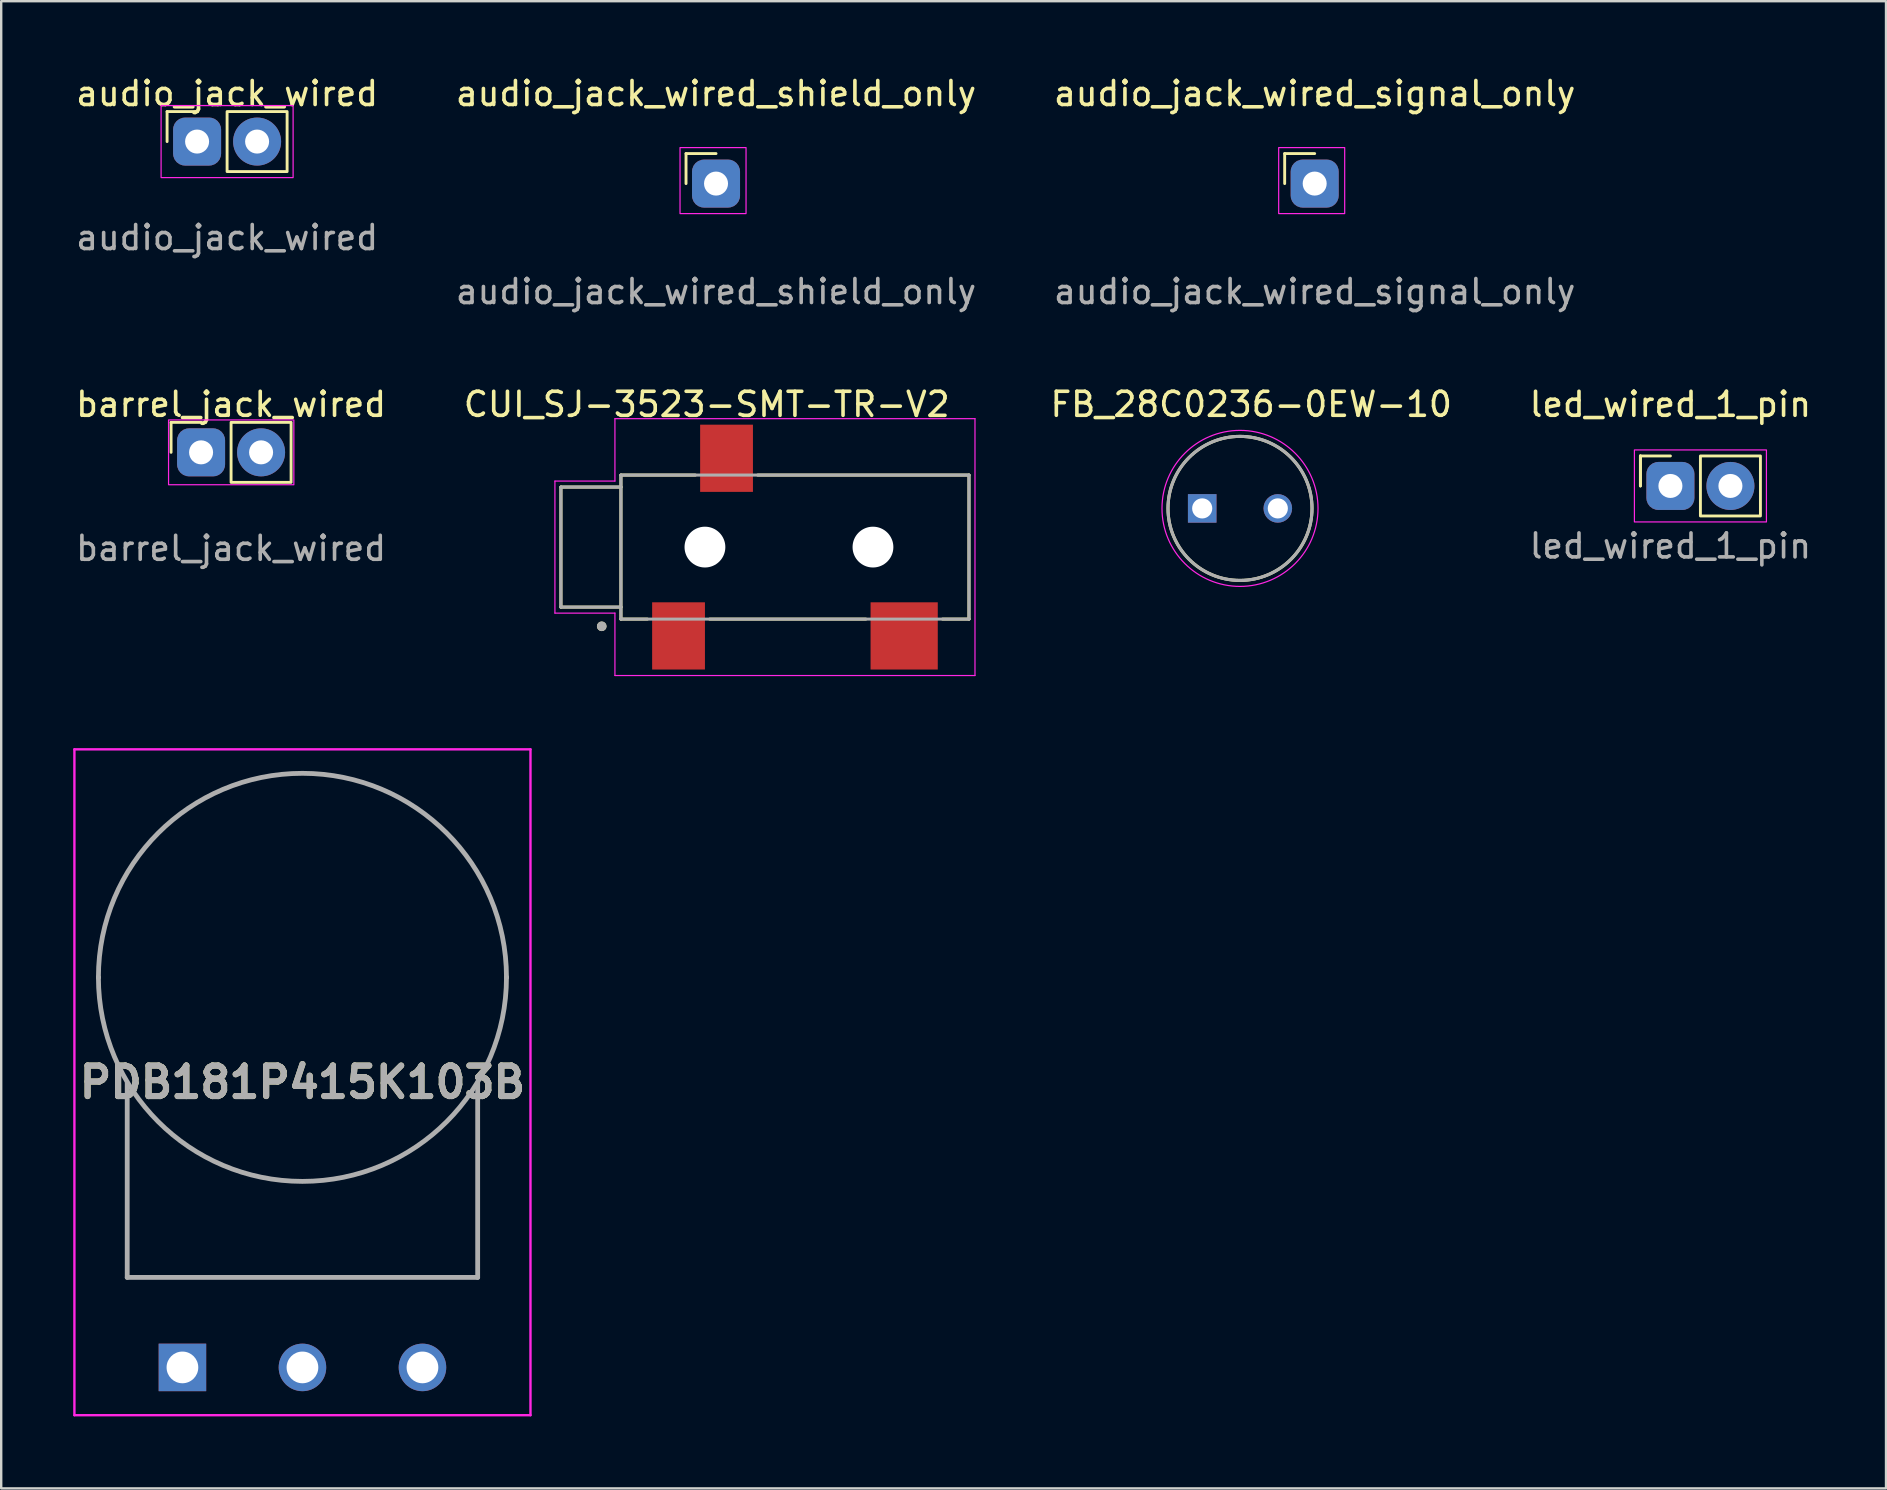
<source format=kicad_pcb>
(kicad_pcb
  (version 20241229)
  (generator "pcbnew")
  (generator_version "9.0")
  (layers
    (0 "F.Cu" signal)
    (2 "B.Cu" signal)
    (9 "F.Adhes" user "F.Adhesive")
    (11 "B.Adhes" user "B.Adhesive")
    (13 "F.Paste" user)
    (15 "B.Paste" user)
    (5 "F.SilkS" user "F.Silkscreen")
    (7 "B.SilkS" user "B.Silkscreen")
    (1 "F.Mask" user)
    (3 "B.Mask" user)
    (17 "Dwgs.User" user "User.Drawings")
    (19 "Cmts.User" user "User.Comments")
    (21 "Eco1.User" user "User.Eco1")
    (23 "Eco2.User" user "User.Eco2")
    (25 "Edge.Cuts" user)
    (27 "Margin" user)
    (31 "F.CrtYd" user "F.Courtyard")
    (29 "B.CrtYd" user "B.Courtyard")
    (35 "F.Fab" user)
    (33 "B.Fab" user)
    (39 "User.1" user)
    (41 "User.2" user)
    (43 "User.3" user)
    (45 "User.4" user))
  (footprint "audio_jack_wired_signal_only"
    (layer "F.Cu")
    (at 51.72 4.598)
    (property "Reference" "audio_jack_wired_signal_only" (at 0 -3.75 0) (unlocked yes) (layer "F.SilkS") (effects (font (size 1 1) (thickness 0.15))))
    (attr through_hole)
    (fp_line (start -1.25 -1.25) (end 0 -1.25) (stroke (width 0.12) (type solid)) (layer "F.SilkS"))
    (fp_line (start -1.25 0) (end -1.25 -1.25) (stroke (width 0.12) (type solid)) (layer "F.SilkS"))
    (fp_rect (start -1.5 -1.5) (end 1.25 1.25) (stroke (width 0.05) (type solid)) (fill no) (layer "F.CrtYd"))
    (fp_text user "${REFERENCE}" (at 0 4.5 0) (unlocked yes) (layer "F.Fab") (effects (font (size 1 1) (thickness 0.15))))
    (pad "2" thru_hole roundrect (at 0 0) (size 2 2) (drill 1) (layers "*.Cu" "*.Mask") (roundrect_rratio 0.25)))
  (footprint "PDB181P415K103B"
    (layer "F.Cu")
    (at 4.55 53.917)
    (property "Reference" "PDB181P415K103B" (at 5 -11.88 0) (layer "F.SilkS") (effects (font (size 1.27 1.27) (thickness 0.254))))
    (attr through_hole)
    (fp_line (start -3.5 -16.25) (end -3.5 -16.25) (stroke (width 0.1) (type solid)) (layer "F.SilkS"))
    (fp_line (start -2.3 -11.85) (end -2.3 -3.75) (stroke (width 0.1) (type solid)) (layer "F.SilkS"))
    (fp_line (start -2.3 -3.75) (end 12.3 -3.75) (stroke (width 0.1) (type solid)) (layer "F.SilkS"))
    (fp_line (start 12.3 -3.75) (end 12.3 -11.85) (stroke (width 0.1) (type solid)) (layer "F.SilkS"))
    (fp_line (start 13.5 -16.25) (end 13.5 -16.25) (stroke (width 0.1) (type solid)) (layer "F.SilkS"))
    (fp_arc (start -3.5 -16.25) (mid 5 -24.75) (end 13.5 -16.25) (stroke (width 0.1) (type solid)) (layer "F.SilkS"))
    (fp_arc (start 13.5 -16.25) (mid 5 -7.75) (end -3.5 -16.25) (stroke (width 0.1) (type solid)) (layer "F.SilkS"))
    (fp_line (start -4.5 -25.75) (end 14.5 -25.75) (stroke (width 0.1) (type solid)) (layer "F.CrtYd"))
    (fp_line (start -4.5 1.99) (end -4.5 -25.75) (stroke (width 0.1) (type solid)) (layer "F.CrtYd"))
    (fp_line (start 14.5 -25.75) (end 14.5 1.99) (stroke (width 0.1) (type solid)) (layer "F.CrtYd"))
    (fp_line (start 14.5 1.99) (end -4.5 1.99) (stroke (width 0.1) (type solid)) (layer "F.CrtYd"))
    (fp_line (start -3.5 -16.25) (end -3.5 -16.25) (stroke (width 0.2) (type solid)) (layer "F.Fab"))
    (fp_line (start -2.3 -3.75) (end -2.3 -11.85) (stroke (width 0.2) (type solid)) (layer "F.Fab"))
    (fp_line (start -2.3 -3.75) (end 12.3 -3.75) (stroke (width 0.2) (type solid)) (layer "F.Fab"))
    (fp_line (start 12.3 -3.75) (end 12.3 -11.85) (stroke (width 0.2) (type solid)) (layer "F.Fab"))
    (fp_line (start 13.5 -16.25) (end 13.5 -16.25) (stroke (width 0.2) (type solid)) (layer "F.Fab"))
    (fp_arc (start -3.5 -16.25) (mid 5 -24.75) (end 13.5 -16.25) (stroke (width 0.2) (type solid)) (layer "F.Fab"))
    (fp_arc (start 13.5 -16.25) (mid 5 -7.75) (end -3.5 -16.25) (stroke (width 0.2) (type solid)) (layer "F.Fab"))
    (fp_text user "${REFERENCE}" (at 5 -11.88 0) (layer "F.Fab") (effects (font (size 1.27 1.27) (thickness 0.254))))
    (pad "1" thru_hole rect (at 0 0) (size 1.98 1.98) (drill 1.32) (layers "*.Cu" "*.Mask"))
    (pad "2" thru_hole circle (at 5 0) (size 1.98 1.98) (drill 1.32) (layers "*.Cu" "*.Mask"))
    (pad "3" thru_hole circle (at 10 0) (size 1.98 1.98) (drill 1.32) (layers "*.Cu" "*.Mask")))
  (footprint "FB_28C0236-0EW-10"
    (layer "F.Cu")
    (at 48.609 18.13)
    (property "Reference" "FB_28C0236-0EW-10" (at 0.467 -4.335 0) (layer "F.SilkS") (effects (font (size 1 1) (thickness 0.15))))
    (attr through_hole)
    (fp_circle (center 0 0) (end 3 0) (stroke (width 0.127) (type solid)) (fill no) (layer "F.SilkS"))
    (fp_circle (center 0 0) (end 3.25 0) (stroke (width 0.05) (type solid)) (fill no) (layer "F.CrtYd"))
    (fp_circle (center 0 0) (end 3 0) (stroke (width 0.127) (type solid)) (fill no) (layer "F.Fab"))
    (pad "1" thru_hole rect (at -1.575 0) (size 1.189 1.189) (drill 0.839) (layers "*.Cu" "*.Mask"))
    (pad "2" thru_hole circle (at 1.575 0) (size 1.189 1.189) (drill 0.839) (layers "*.Cu" "*.Mask")))
  (footprint "CUI_SJ-3523-SMT-TR-V2"
    (layer "F.Cu")
    (at 26.318 19.742)
    (property "Reference" "CUI_SJ-3523-SMT-TR-V2" (at 0.075 -5.946 0) (layer "F.SilkS") (effects (font (size 1.002 1.002) (thickness 0.15))))
    (attr through_hole)
    (fp_line (start -6 -2.5) (end -6 2.5) (stroke (width 0.127) (type solid)) (layer "F.SilkS"))
    (fp_line (start -6 2.5) (end -3.5 2.5) (stroke (width 0.127) (type solid)) (layer "F.SilkS"))
    (fp_line (start -3.5 -3) (end -0.4 -3) (stroke (width 0.127) (type solid)) (layer "F.SilkS"))
    (fp_line (start -3.5 -2.5) (end -6 -2.5) (stroke (width 0.127) (type solid)) (layer "F.SilkS"))
    (fp_line (start -3.5 -2.5) (end -3.5 -3) (stroke (width 0.127) (type solid)) (layer "F.SilkS"))
    (fp_line (start -3.5 2.5) (end -3.5 -2.5) (stroke (width 0.127) (type solid)) (layer "F.SilkS"))
    (fp_line (start -3.5 3) (end -3.5 2.5) (stroke (width 0.127) (type solid)) (layer "F.SilkS"))
    (fp_line (start -3.5 3) (end -2.4 3) (stroke (width 0.127) (type solid)) (layer "F.SilkS"))
    (fp_line (start 0.2 3) (end 6.7 3) (stroke (width 0.127) (type solid)) (layer "F.SilkS"))
    (fp_line (start 2.2 -3) (end 11 -3) (stroke (width 0.127) (type solid)) (layer "F.SilkS"))
    (fp_line (start 9.9 3) (end 11 3) (stroke (width 0.127) (type solid)) (layer "F.SilkS"))
    (fp_line (start 11 -3) (end 11 3) (stroke (width 0.127) (type solid)) (layer "F.SilkS"))
    (fp_circle (center -4.3 3.3) (end -4.2 3.3) (stroke (width 0.2) (type solid)) (fill no) (layer "F.SilkS"))
    (fp_line (start -6.25 -2.75) (end -6.25 2.75) (stroke (width 0.05) (type solid)) (layer "F.CrtYd"))
    (fp_line (start -6.25 2.75) (end -3.75 2.75) (stroke (width 0.05) (type solid)) (layer "F.CrtYd"))
    (fp_line (start -3.75 -5.35) (end -3.75 -2.75) (stroke (width 0.05) (type solid)) (layer "F.CrtYd"))
    (fp_line (start -3.75 -5.35) (end 11.25 -5.35) (stroke (width 0.05) (type solid)) (layer "F.CrtYd"))
    (fp_line (start -3.75 -2.75) (end -6.25 -2.75) (stroke (width 0.05) (type solid)) (layer "F.CrtYd"))
    (fp_line (start -3.75 2.75) (end -3.75 5.35) (stroke (width 0.05) (type solid)) (layer "F.CrtYd"))
    (fp_line (start 11.25 -5.35) (end 11.25 5.35) (stroke (width 0.05) (type solid)) (layer "F.CrtYd"))
    (fp_line (start 11.25 5.35) (end -3.75 5.35) (stroke (width 0.05) (type solid)) (layer "F.CrtYd"))
    (fp_line (start -6 -2.5) (end -6 2.5) (stroke (width 0.127) (type solid)) (layer "F.Fab"))
    (fp_line (start -6 2.5) (end -3.5 2.5) (stroke (width 0.127) (type solid)) (layer "F.Fab"))
    (fp_line (start -3.5 -3) (end 11 -3) (stroke (width 0.127) (type solid)) (layer "F.Fab"))
    (fp_line (start -3.5 -2.5) (end -6 -2.5) (stroke (width 0.127) (type solid)) (layer "F.Fab"))
    (fp_line (start -3.5 3) (end -3.5 -3) (stroke (width 0.127) (type solid)) (layer "F.Fab"))
    (fp_line (start 11 -3) (end 11 3) (stroke (width 0.127) (type solid)) (layer "F.Fab"))
    (fp_line (start 11 3) (end -3.5 3) (stroke (width 0.127) (type solid)) (layer "F.Fab"))
    (fp_circle (center -4.3 3.3) (end -4.2 3.3) (stroke (width 0.2) (type solid)) (fill no) (layer "F.Fab"))
    (pad "" np_thru_hole circle (at 0 0) (size 1.7 1.7) (drill 1.7) (layers "*.Cu" "*.Mask"))
    (pad "" np_thru_hole circle (at 7 0) (size 1.7 1.7) (drill 1.7) (layers "*.Cu" "*.Mask"))
    (pad "1" smd rect (at -1.1 3.7) (size 2.2 2.8) (layers "F.Cu" "F.Mask" "F.Paste"))
    (pad "2" smd rect (at 8.3 3.7) (size 2.8 2.8) (layers "F.Cu" "F.Mask" "F.Paste"))
    (pad "3" smd rect (at 0.9 -3.7) (size 2.2 2.8) (layers "F.Cu" "F.Mask" "F.Paste")))
  (footprint "barrel_jack_wired"
    (layer "F.Cu")
    (at 6.577 15.795)
    (property "Reference" "barrel_jack_wired" (at 0 -2 0) (unlocked yes) (layer "F.SilkS") (effects (font (size 1 1) (thickness 0.15))))
    (attr through_hole)
    (fp_line (start -2.5 0) (end -2.5 -1.25) (stroke (width 0.12) (type solid)) (layer "F.SilkS"))
    (fp_line (start -1.25 -1.25) (end -2.5 -1.25) (stroke (width 0.12) (type solid)) (layer "F.SilkS"))
    (fp_rect (start 0 -1.25) (end 2.5 1.25) (stroke (width 0.12) (type solid)) (fill no) (layer "F.SilkS"))
    (fp_rect (start -2.605 -1.35) (end 2.615 1.35) (stroke (width 0.05) (type solid)) (fill no) (layer "F.CrtYd"))
    (fp_text user "${REFERENCE}" (at 0 4 0) (unlocked yes) (layer "F.Fab") (effects (font (size 1 1) (thickness 0.15))))
    (pad "1" thru_hole roundrect (at -1.25 0) (size 2 2) (drill 1) (layers "*.Cu" "*.Mask") (roundrect_rratio 0.25))
    (pad "2" thru_hole circle (at 1.25 0) (size 2 2) (drill 1) (layers "*.Cu" "*.Mask")))
  (footprint "led_wired_1_pin"
    (layer "F.Cu")
    (at 66.54 17.195)
    (property "Reference" "led_wired_1_pin" (at 0 -3.4 0) (unlocked yes) (layer "F.SilkS") (effects (font (size 1 1) (thickness 0.15))))
    (attr through_hole)
    (fp_line (start -1.25 -1.25) (end -1.25 0) (stroke (width 0.12) (type solid)) (layer "F.SilkS"))
    (fp_line (start -1.25 -1.25) (end 0 -1.25) (stroke (width 0.12) (type solid)) (layer "F.SilkS"))
    (fp_line (start -1.25 0) (end -1.25 -1.25) (stroke (width 0.12) (type solid)) (layer "F.SilkS"))
    (fp_rect (start 1.25 -1.25) (end 3.75 1.25) (stroke (width 0.12) (type solid)) (fill no) (layer "F.SilkS"))
    (fp_rect (start -1.5 -1.5) (end 4 1.5) (stroke (width 0.05) (type solid)) (fill no) (layer "F.CrtYd"))
    (fp_text user "${REFERENCE}" (at 0 2.5 0) (unlocked yes) (layer "F.Fab") (effects (font (size 1 1) (thickness 0.15))))
    (pad "1" thru_hole roundrect (at 0 0) (size 2 2) (drill 1) (layers "*.Cu" "*.Mask") (roundrect_rratio 0.25))
    (pad "2" thru_hole circle (at 2.5 0) (size 2 2) (drill 1) (layers "*.Cu" "*.Mask")))
  (footprint "audio_jack_wired_shield_only"
    (layer "F.Cu")
    (at 26.78 4.598)
    (property "Reference" "audio_jack_wired_shield_only" (at 0 -3.75 0) (unlocked yes) (layer "F.SilkS") (effects (font (size 1 1) (thickness 0.15))))
    (attr through_hole)
    (fp_line (start -1.25 -1.25) (end 0 -1.25) (stroke (width 0.12) (type solid)) (layer "F.SilkS"))
    (fp_line (start -1.25 0) (end -1.25 -1.25) (stroke (width 0.12) (type solid)) (layer "F.SilkS"))
    (fp_rect (start -1.5 -1.5) (end 1.25 1.25) (stroke (width 0.05) (type solid)) (fill no) (layer "F.CrtYd"))
    (fp_text user "${REFERENCE}" (at 0 4.5 0) (unlocked yes) (layer "F.Fab") (effects (font (size 1 1) (thickness 0.15))))
    (pad "1" thru_hole roundrect (at 0 0) (size 2 2) (drill 1) (layers "*.Cu" "*.Mask") (roundrect_rratio 0.25)))
  (footprint "audio_jack_wired"
    (layer "F.Cu")
    (at 6.411 2.848)
    (property "Reference" "audio_jack_wired" (at 0 -2 0) (unlocked yes) (layer "F.SilkS") (effects (font (size 1 1) (thickness 0.15))))
    (attr through_hole)
    (fp_line (start -2.5 0) (end -2.5 -1.25) (stroke (width 0.12) (type solid)) (layer "F.SilkS"))
    (fp_line (start -1.25 -1.25) (end -2.5 -1.25) (stroke (width 0.12) (type solid)) (layer "F.SilkS"))
    (fp_rect (start 0 -1.25) (end 2.5 1.25) (stroke (width 0.12) (type solid)) (fill no) (layer "F.SilkS"))
    (fp_rect (start -2.75 -1.5) (end 2.75 1.5) (stroke (width 0.05) (type solid)) (fill no) (layer "F.CrtYd"))
    (fp_text user "${REFERENCE}" (at 0 4 0) (unlocked yes) (layer "F.Fab") (effects (font (size 1 1) (thickness 0.15))))
    (pad "1" thru_hole roundrect (at -1.25 0) (size 2 2) (drill 1) (layers "*.Cu" "*.Mask") (roundrect_rratio 0.25))
    (pad "2" thru_hole circle (at 1.25 0) (size 2 2) (drill 1) (layers "*.Cu" "*.Mask")))
  (gr_rect
    (start -3 -3)
    (end 75.522 58.957)
    (stroke (width 0.1) (type default))
    (fill no)
    (layer "Edge.Cuts")))
</source>
